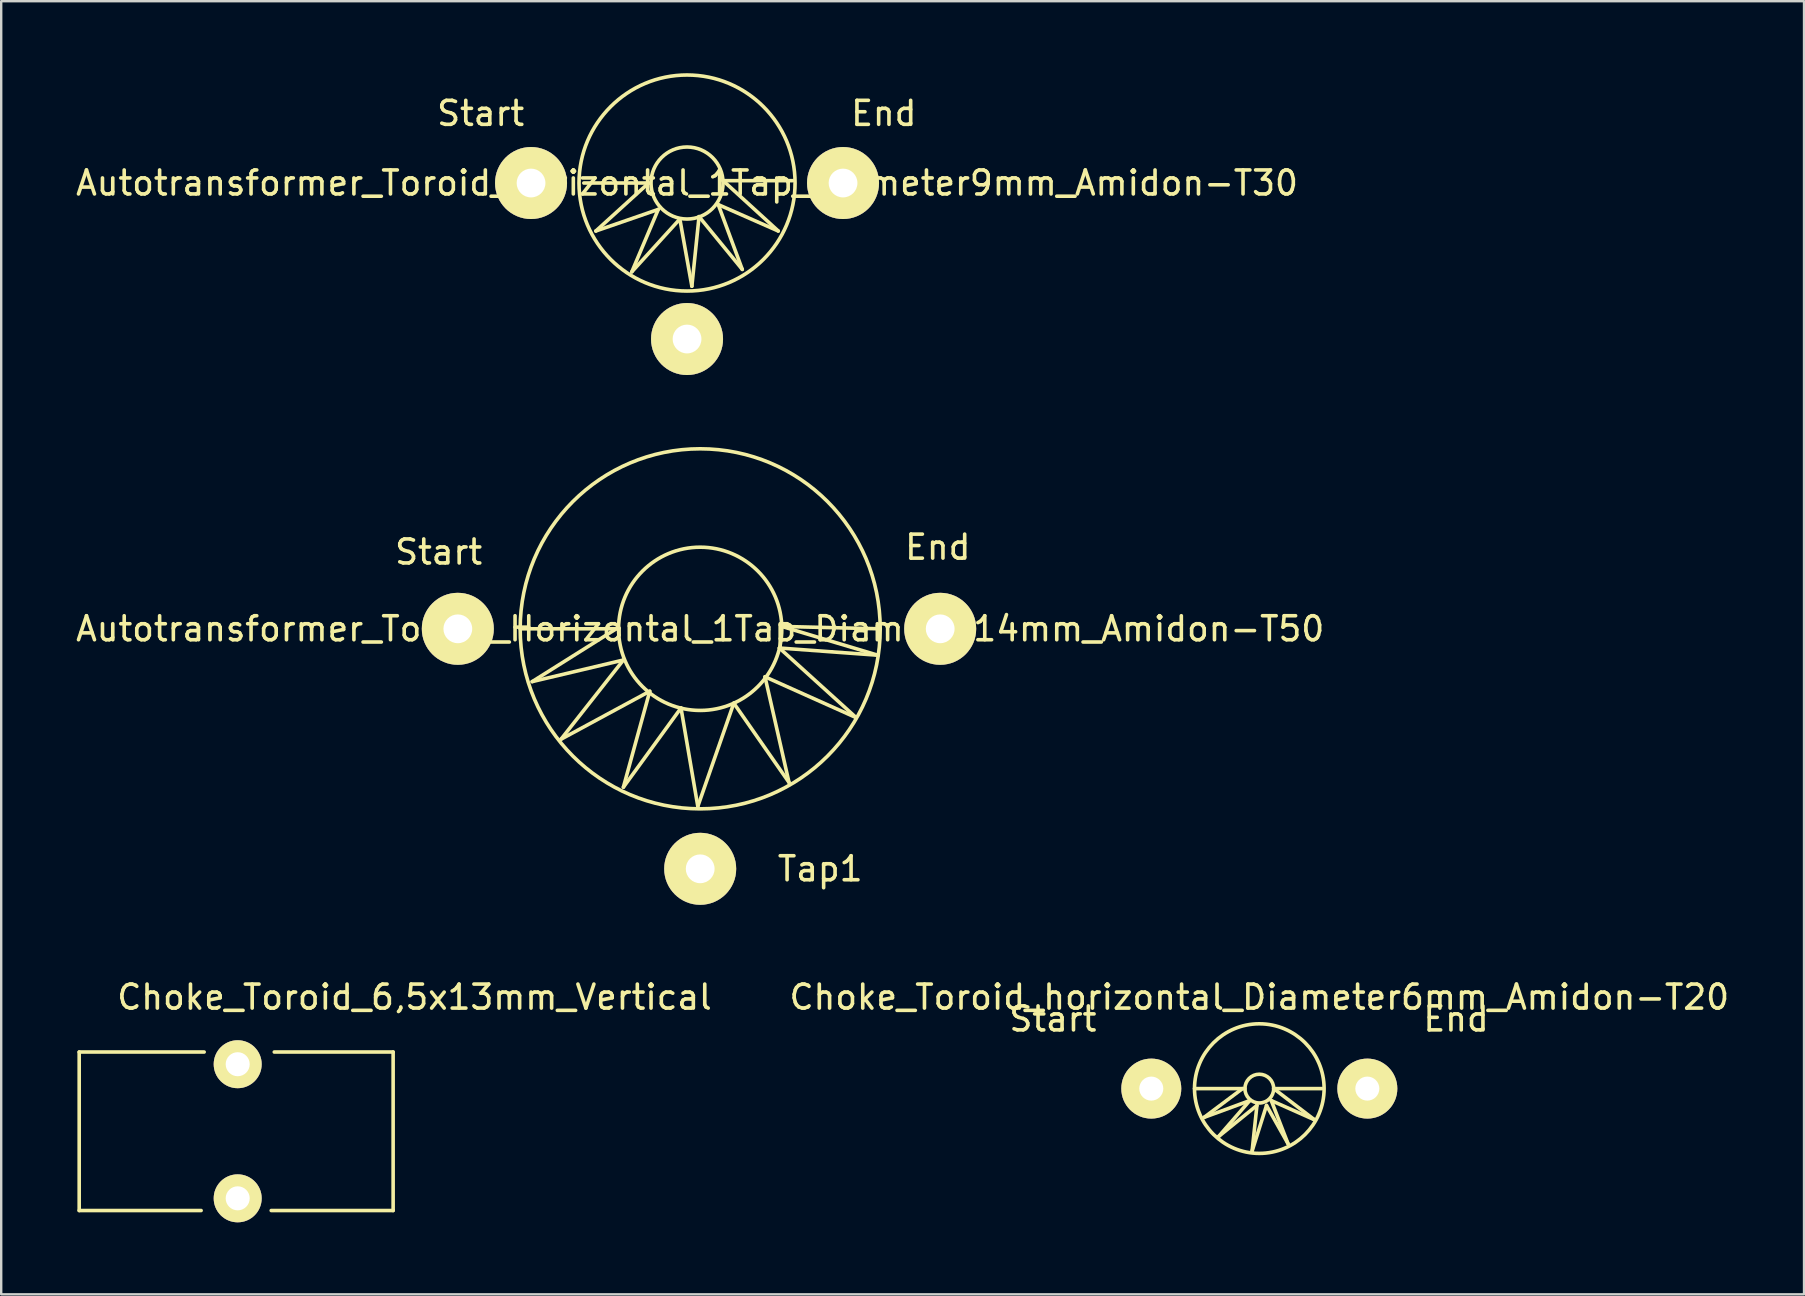
<source format=kicad_pcb>
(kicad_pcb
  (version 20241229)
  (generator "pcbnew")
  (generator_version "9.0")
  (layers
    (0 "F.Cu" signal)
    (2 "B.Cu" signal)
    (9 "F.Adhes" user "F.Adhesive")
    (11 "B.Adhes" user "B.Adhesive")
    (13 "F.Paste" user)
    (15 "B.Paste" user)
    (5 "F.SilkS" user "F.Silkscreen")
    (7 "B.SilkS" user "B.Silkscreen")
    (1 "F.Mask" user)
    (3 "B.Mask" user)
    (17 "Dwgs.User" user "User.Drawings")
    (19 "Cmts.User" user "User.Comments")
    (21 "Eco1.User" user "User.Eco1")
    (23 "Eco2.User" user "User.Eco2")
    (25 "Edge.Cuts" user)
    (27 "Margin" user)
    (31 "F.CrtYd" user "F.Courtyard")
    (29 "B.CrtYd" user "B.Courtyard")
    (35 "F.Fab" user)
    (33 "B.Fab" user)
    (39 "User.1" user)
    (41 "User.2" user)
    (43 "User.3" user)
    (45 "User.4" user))
  (footprint "Autotransformer_Toroid_horizontal_1Tap_Diameter9mm_Amidon-T30"
    (layer "F.Cu")
    (at 25.577 4.576)
    (property "Reference" "Autotransformer_Toroid_horizontal_1Tap_Diameter9mm_Amidon-T30" (at 0 0 0) (layer "F.SilkS") (effects (font (size 1 1) (thickness 0.15))))
    (attr through_hole)
    (fp_line (start -4.3 0) (end -1.6 0) (stroke (width 0.15) (type solid)) (layer "F.SilkS"))
    (fp_line (start -3.8 1.999) (end -1.199 1.1) (stroke (width 0.15) (type solid)) (layer "F.SilkS"))
    (fp_line (start -2.301 3.701) (end -0.3 1.501) (stroke (width 0.15) (type solid)) (layer "F.SilkS"))
    (fp_line (start -1.6 0) (end -3.8 1.999) (stroke (width 0.15) (type solid)) (layer "F.SilkS"))
    (fp_line (start -1.199 1.1) (end -2.301 3.701) (stroke (width 0.15) (type solid)) (layer "F.SilkS"))
    (fp_line (start -0.3 1.501) (end 0.201 4.3) (stroke (width 0.15) (type solid)) (layer "F.SilkS"))
    (fp_line (start 0.201 4.3) (end 0.5 1.4) (stroke (width 0.15) (type solid)) (layer "F.SilkS"))
    (fp_line (start 0.5 1.4) (end 2.301 3.599) (stroke (width 0.15) (type solid)) (layer "F.SilkS"))
    (fp_line (start 1.3 0.899) (end 3.8 1.999) (stroke (width 0.15) (type solid)) (layer "F.SilkS"))
    (fp_line (start 1.501 -0.099) (end 4.399 -0.099) (stroke (width 0.15) (type solid)) (layer "F.SilkS"))
    (fp_line (start 2.301 3.599) (end 1.3 0.899) (stroke (width 0.15) (type solid)) (layer "F.SilkS"))
    (fp_line (start 3.8 1.999) (end 1.501 -0.099) (stroke (width 0.15) (type solid)) (layer "F.SilkS"))
    (fp_circle (center 0 0) (end 1.501 0) (stroke (width 0.15) (type solid)) (fill no) (layer "F.SilkS"))
    (fp_circle (center 0 0) (end 4.501 0) (stroke (width 0.15) (type solid)) (fill no) (layer "F.SilkS"))
    (fp_text user "Start" (at -8.6 -2.901 0) (layer "F.SilkS") (effects (font (size 1 1) (thickness 0.15))))
    (fp_text user "End" (at 8.199 -2.901 0) (layer "F.SilkS") (effects (font (size 1 1) (thickness 0.15))))
    (pad "1" thru_hole circle (at -6.5 0) (size 3 3) (drill 1.199) (layers "*.Cu" "*.Mask" "F.SilkS"))
    (pad "2" thru_hole circle (at 0 6.5) (size 3 3) (drill 1.199) (layers "*.Cu" "*.Mask" "F.SilkS"))
    (pad "3" thru_hole circle (at 6.5 0) (size 3 3) (drill 1.199) (layers "*.Cu" "*.Mask" "F.SilkS")))
  (footprint "Autotransformer_Toroid_Horizontal_1Tap_Diameter14mm_Amidon-T50"
    (layer "F.Cu")
    (at 26.125 23.151)
    (property "Reference" "Autotransformer_Toroid_Horizontal_1Tap_Diameter14mm_Amidon-T50" (at 0 0 0) (layer "F.SilkS") (effects (font (size 1 1) (thickness 0.15))))
    (attr through_hole)
    (fp_line (start -7.501 0) (end -3.5 0) (stroke (width 0.15) (type solid)) (layer "F.SilkS"))
    (fp_line (start -7 2.2) (end -3.2 1.3) (stroke (width 0.15) (type solid)) (layer "F.SilkS"))
    (fp_line (start -5.799 4.6) (end -2.101 2.601) (stroke (width 0.15) (type solid)) (layer "F.SilkS"))
    (fp_line (start -3.5 0) (end -7 2.2) (stroke (width 0.15) (type solid)) (layer "F.SilkS"))
    (fp_line (start -3.2 1.3) (end -5.799 4.6) (stroke (width 0.15) (type solid)) (layer "F.SilkS"))
    (fp_line (start -3.2 6.599) (end -0.8 3.299) (stroke (width 0.15) (type solid)) (layer "F.SilkS"))
    (fp_line (start -2.101 2.601) (end -3.2 6.599) (stroke (width 0.15) (type solid)) (layer "F.SilkS"))
    (fp_line (start -0.8 3.299) (end -0.099 7.399) (stroke (width 0.15) (type solid)) (layer "F.SilkS"))
    (fp_line (start -0.099 7.399) (end 1.4 3.099) (stroke (width 0.15) (type solid)) (layer "F.SilkS"))
    (fp_line (start 1.4 3.099) (end 3.701 6.401) (stroke (width 0.15) (type solid)) (layer "F.SilkS"))
    (fp_line (start 2.7 1.999) (end 6.5 3.701) (stroke (width 0.15) (type solid)) (layer "F.SilkS"))
    (fp_line (start 3.299 0.8) (end 7.399 1.1) (stroke (width 0.15) (type solid)) (layer "F.SilkS"))
    (fp_line (start 3.401 -0.099) (end 7.501 0) (stroke (width 0.15) (type solid)) (layer "F.SilkS"))
    (fp_line (start 3.701 6.401) (end 2.7 1.999) (stroke (width 0.15) (type solid)) (layer "F.SilkS"))
    (fp_line (start 6.5 3.701) (end 3.299 0.8) (stroke (width 0.15) (type solid)) (layer "F.SilkS"))
    (fp_line (start 7.399 1.1) (end 3.401 -0.099) (stroke (width 0.15) (type solid)) (layer "F.SilkS"))
    (fp_circle (center 0 0) (end 3.401 0) (stroke (width 0.15) (type solid)) (fill no) (layer "F.SilkS"))
    (fp_circle (center 0 0) (end 7.501 0) (stroke (width 0.15) (type solid)) (fill no) (layer "F.SilkS"))
    (fp_text user "Start" (at -10.899 -3.2 0) (layer "F.SilkS") (effects (font (size 1 1) (thickness 0.15))))
    (fp_text user "Tap1" (at 5.001 10 0) (layer "F.SilkS") (effects (font (size 1 1) (thickness 0.15))))
    (fp_text user "End" (at 9.901 -3.401 0) (layer "F.SilkS") (effects (font (size 1 1) (thickness 0.15))))
    (pad "1" thru_hole circle (at -10.099 0) (size 3 3) (drill 1.199) (layers "*.Cu" "*.Mask" "F.SilkS"))
    (pad "2" thru_hole circle (at 0 10) (size 3 3) (drill 1.199) (layers "*.Cu" "*.Mask" "F.SilkS"))
    (pad "3" thru_hole circle (at 10 0) (size 3 3) (drill 1.199) (layers "*.Cu" "*.Mask" "F.SilkS")))
  (footprint "Choke_Toroid_horizontal_Diameter6mm_Amidon-T20"
    (layer "F.Cu")
    (at 49.422 42.309)
    (property "Reference" "Choke_Toroid_horizontal_Diameter6mm_Amidon-T20" (at 0 -3.81 0) (layer "F.SilkS") (effects (font (size 1 1) (thickness 0.15))))
    (attr through_hole)
    (fp_line (start -2.7 0) (end -0.599 0) (stroke (width 0.15) (type solid)) (layer "F.SilkS"))
    (fp_line (start -2.301 1.199) (end -0.399 0.5) (stroke (width 0.15) (type solid)) (layer "F.SilkS"))
    (fp_line (start -1.699 1.999) (end -0.099 0.701) (stroke (width 0.15) (type solid)) (layer "F.SilkS"))
    (fp_line (start -0.701 0) (end -2.301 1.199) (stroke (width 0.15) (type solid)) (layer "F.SilkS"))
    (fp_line (start -0.399 0.5) (end -1.699 1.999) (stroke (width 0.15) (type solid)) (layer "F.SilkS"))
    (fp_line (start -0.3 2.601) (end 0.3 0.701) (stroke (width 0.15) (type solid)) (layer "F.SilkS"))
    (fp_line (start -0.099 0.701) (end -0.3 2.601) (stroke (width 0.15) (type solid)) (layer "F.SilkS"))
    (fp_line (start 0.3 0.701) (end 1.199 2.301) (stroke (width 0.15) (type solid)) (layer "F.SilkS"))
    (fp_line (start 0.5 0.5) (end 2.301 1.3) (stroke (width 0.15) (type solid)) (layer "F.SilkS"))
    (fp_line (start 0.599 0) (end 2.601 0) (stroke (width 0.15) (type solid)) (layer "F.SilkS"))
    (fp_line (start 1.199 2.301) (end 0.5 0.5) (stroke (width 0.15) (type solid)) (layer "F.SilkS"))
    (fp_line (start 2.301 1.3) (end 0.599 0) (stroke (width 0.15) (type solid)) (layer "F.SilkS"))
    (fp_circle (center 0 0) (end 0.599 0) (stroke (width 0.15) (type solid)) (fill no) (layer "F.SilkS"))
    (fp_circle (center 0 0) (end 2.7 0) (stroke (width 0.15) (type solid)) (fill no) (layer "F.SilkS"))
    (fp_text user "Start" (at -8.6 -2.901 0) (layer "F.SilkS") (effects (font (size 1 1) (thickness 0.15))))
    (fp_text user "End" (at 8.199 -2.901 0) (layer "F.SilkS") (effects (font (size 1 1) (thickness 0.15))))
    (pad "1" thru_hole circle (at -4.501 0) (size 2.499 2.499) (drill 1.001) (layers "*.Cu" "*.Mask" "F.SilkS"))
    (pad "2" thru_hole circle (at 4.501 0) (size 2.499 2.499) (drill 1.001) (layers "*.Cu" "*.Mask" "F.SilkS")))
  (footprint "Choke_Toroid_6,5x13mm_Vertical"
    (layer "F.Cu")
    (at 0.25 47.389)
    (property "Reference" "Choke_Toroid_6,5x13mm_Vertical" (at 13.97 -8.89 0) (layer "F.SilkS") (effects (font (size 1 1) (thickness 0.15))))
    (attr through_hole)
    (fp_line (start 0 -6.604) (end 0 0) (stroke (width 0.15) (type solid)) (layer "F.SilkS"))
    (fp_line (start 0 -6.604) (end 5.207 -6.604) (stroke (width 0.15) (type solid)) (layer "F.SilkS"))
    (fp_line (start 0 0) (end 5.08 0) (stroke (width 0.15) (type solid)) (layer "F.SilkS"))
    (fp_line (start 13.081 -6.604) (end 8.128 -6.604) (stroke (width 0.15) (type solid)) (layer "F.SilkS"))
    (fp_line (start 13.081 0) (end 8.001 0) (stroke (width 0.15) (type solid)) (layer "F.SilkS"))
    (fp_line (start 13.081 0) (end 13.081 -6.604) (stroke (width 0.15) (type solid)) (layer "F.SilkS"))
    (pad "1" thru_hole circle (at 6.604 -0.508) (size 1.999 1.999) (drill 1.001) (layers "*.Cu" "*.Mask" "F.SilkS"))
    (pad "2" thru_hole circle (at 6.604 -6.096) (size 1.999 1.999) (drill 1.001) (layers "*.Cu" "*.Mask" "F.SilkS")))
  (gr_rect
    (start -3 -3)
    (end 72.119 50.881)
    (stroke (width 0.1) (type default))
    (fill no)
    (layer "Edge.Cuts")))
</source>
